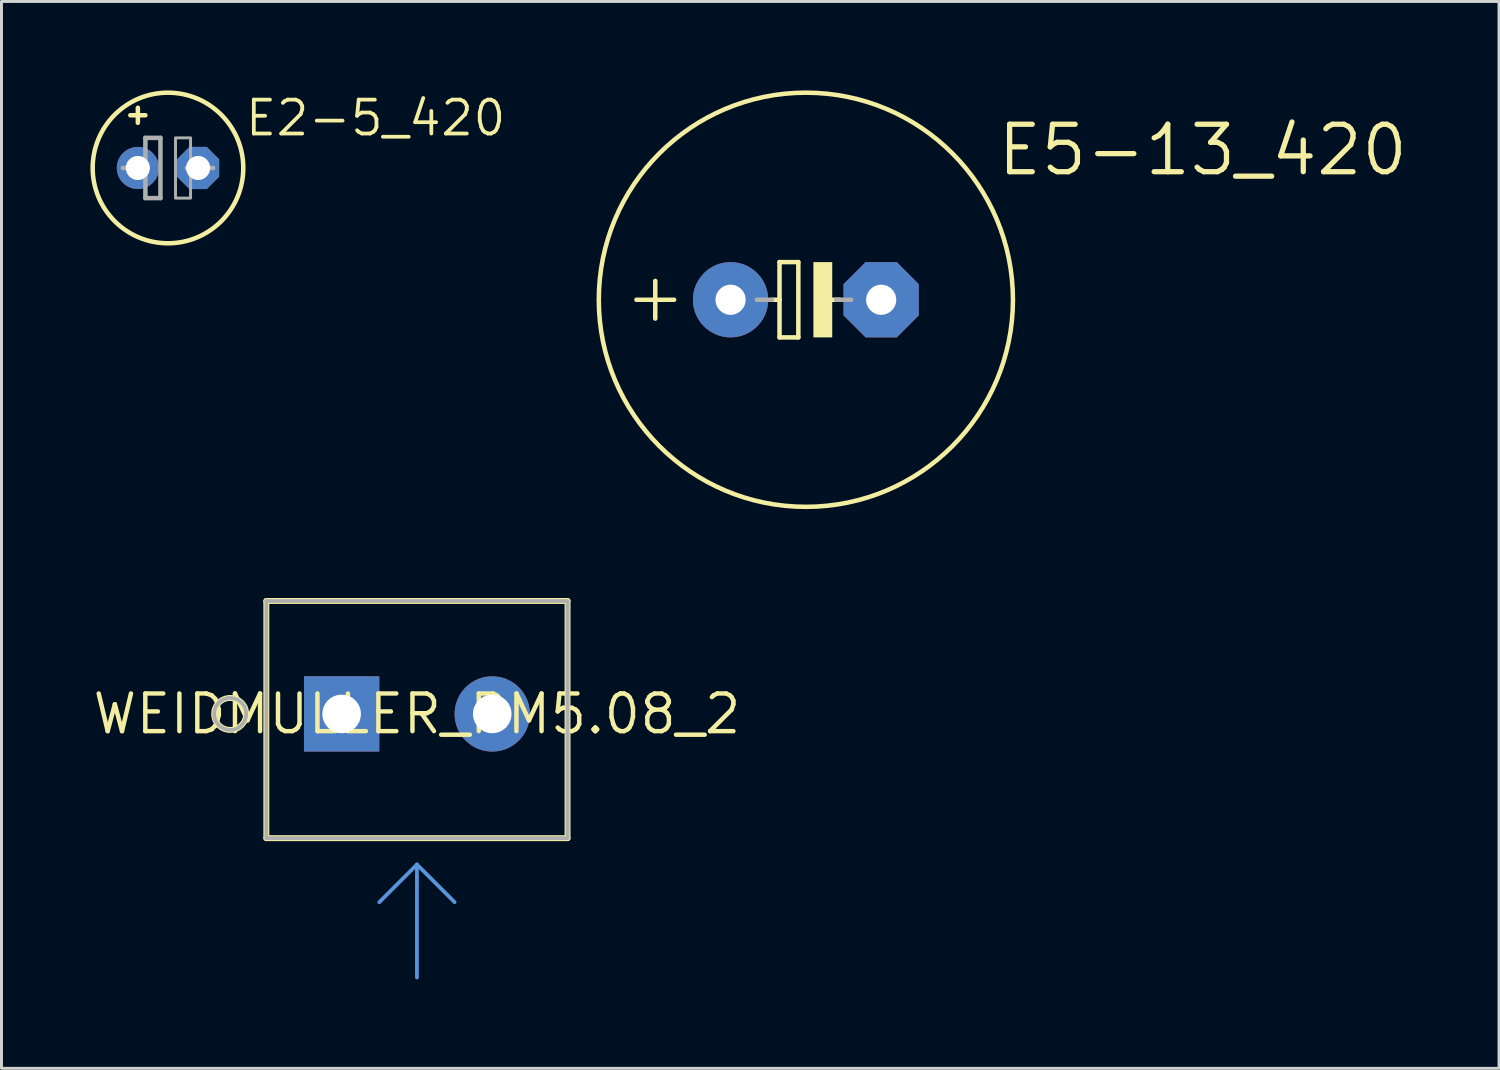
<source format=kicad_pcb>
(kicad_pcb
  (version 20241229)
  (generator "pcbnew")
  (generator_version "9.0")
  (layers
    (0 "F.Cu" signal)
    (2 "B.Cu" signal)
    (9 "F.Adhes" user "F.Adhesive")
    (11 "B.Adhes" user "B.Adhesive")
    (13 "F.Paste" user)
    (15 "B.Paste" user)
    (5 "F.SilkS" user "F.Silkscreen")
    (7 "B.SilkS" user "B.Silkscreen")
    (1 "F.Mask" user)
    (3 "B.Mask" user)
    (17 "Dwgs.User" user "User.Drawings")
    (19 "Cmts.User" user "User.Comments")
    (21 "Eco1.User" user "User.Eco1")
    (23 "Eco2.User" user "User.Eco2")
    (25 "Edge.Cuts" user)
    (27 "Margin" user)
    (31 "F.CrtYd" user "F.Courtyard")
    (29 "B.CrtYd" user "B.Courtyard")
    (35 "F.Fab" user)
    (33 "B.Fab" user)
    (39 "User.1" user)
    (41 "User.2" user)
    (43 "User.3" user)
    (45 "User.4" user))
  (footprint "WEIDMULLER_PM5.08_2"
    (layer "F.Cu")
    (at 11.014 21.032)
    (property "Reference" "WEIDMULLER_PM5.08_2" (at 0 0 0) (layer "F.SilkS") (effects (font (size 1.27 1.27) (thickness 0.15))))
    (fp_line (start -5.08 -3.81) (end 5.08 -3.81) (stroke (width 0.2) (type solid)) (layer "F.SilkS"))
    (fp_line (start -5.08 4.19) (end -5.08 -3.81) (stroke (width 0.2) (type solid)) (layer "F.SilkS"))
    (fp_line (start 5.08 -3.81) (end 5.08 4.19) (stroke (width 0.2) (type solid)) (layer "F.SilkS"))
    (fp_line (start 5.08 4.19) (end -5.08 4.19) (stroke (width 0.2) (type solid)) (layer "F.SilkS"))
    (fp_circle (center -6.3 0) (end -5.761 0) (stroke (width 0.2) (type solid)) (fill no) (layer "F.SilkS"))
    (fp_line (start 0 5.08) (end -1.27 6.35) (stroke (width 0.127) (type solid)) (layer "Cmts.User"))
    (fp_line (start 0 5.08) (end 0 8.89) (stroke (width 0.127) (type solid)) (layer "Cmts.User"))
    (fp_line (start 0 5.08) (end 1.27 6.35) (stroke (width 0.127) (type solid)) (layer "Cmts.User"))
    (fp_line (start -5.08 -3.81) (end 5.08 -3.81) (stroke (width 0.127) (type solid)) (layer "F.Fab"))
    (fp_line (start -5.08 4.19) (end -5.08 -3.81) (stroke (width 0.127) (type solid)) (layer "F.Fab"))
    (fp_line (start 5.08 -3.81) (end 5.08 4.19) (stroke (width 0.127) (type solid)) (layer "F.Fab"))
    (fp_line (start 5.08 4.19) (end -5.08 4.19) (stroke (width 0.127) (type solid)) (layer "F.Fab"))
    (fp_circle (center -6.3 0) (end -5.761 0) (stroke (width 0.127) (type solid)) (fill no) (layer "F.Fab"))
    (pad "1" thru_hole rect (at -2.54 0) (size 2.54 2.54) (drill 1.3) (layers "*.Cu" "*.Mask"))
    (pad "2" thru_hole circle (at 2.54 0) (size 2.54 2.54) (drill 1.3) (layers "*.Cu" "*.Mask")))
  (footprint "E5-13_420"
    (layer "F.Cu")
    (at 24.133 7.061)
    (property "Reference" "E5-13_420" (at 6.375 -4.115 0) (unlocked yes) (layer "F.SilkS") (effects (font (size 1.6 1.6) (thickness 0.178)) (justify left bottom)))
    (fp_line (start -5.715 0) (end -4.445 0) (stroke (width 0.152) (type solid)) (layer "F.SilkS"))
    (fp_line (start -5.08 0.635) (end -5.08 -0.635) (stroke (width 0.152) (type solid)) (layer "F.SilkS"))
    (fp_line (start -1.143 0) (end -0.889 0) (stroke (width 0.152) (type solid)) (layer "F.SilkS"))
    (fp_line (start -0.889 -1.27) (end -0.889 0) (stroke (width 0.152) (type solid)) (layer "F.SilkS"))
    (fp_line (start -0.889 0) (end -0.889 1.27) (stroke (width 0.152) (type solid)) (layer "F.SilkS"))
    (fp_line (start -0.889 1.27) (end -0.254 1.27) (stroke (width 0.152) (type solid)) (layer "F.SilkS"))
    (fp_line (start -0.254 -1.27) (end -0.889 -1.27) (stroke (width 0.152) (type solid)) (layer "F.SilkS"))
    (fp_line (start -0.254 1.27) (end -0.254 -1.27) (stroke (width 0.152) (type solid)) (layer "F.SilkS"))
    (fp_line (start 0.635 0) (end 1.143 0) (stroke (width 0.152) (type solid)) (layer "F.SilkS"))
    (fp_circle (center 0 0) (end 6.985 0) (stroke (width 0.152) (type solid)) (fill no) (layer "F.SilkS"))
    (fp_poly (pts (xy 0.254 1.27) (xy 0.889 1.27) (xy 0.889 -1.27) (xy 0.254 -1.27)) (stroke (width 0) (type default)) (fill yes) (layer "F.SilkS"))
    (fp_line (start -1.651 0) (end -1.143 0) (stroke (width 0.152) (type solid)) (layer "F.Fab"))
    (fp_line (start 1.016 0) (end 1.524 0) (stroke (width 0.152) (type solid)) (layer "F.Fab"))
    (pad "+" thru_hole circle (at -2.54 0) (size 2.54 2.54) (drill 1.016) (layers "*.Cu" "*.Mask"))
    (pad "-" thru_hole roundrect (at 2.54 0) (size 2.54 2.54) (drill 1.016) (layers "*.Cu" "*.Mask") (roundrect_rratio 0.25) (chamfer_ratio 0.293) (chamfer top_left top_right bottom_left bottom_right)))
  (footprint "E2-5_420"
    (layer "F.Cu")
    (at 2.616 2.616)
    (property "Reference" "E2-5_420" (at 2.54 -1.016 0) (unlocked yes) (layer "F.SilkS") (effects (font (size 1.143 1.143) (thickness 0.127)) (justify left bottom)))
    (fp_line (start -1.27 -1.778) (end -0.762 -1.778) (stroke (width 0.152) (type solid)) (layer "F.SilkS"))
    (fp_line (start -1.016 -1.524) (end -1.016 -2.032) (stroke (width 0.152) (type solid)) (layer "F.SilkS"))
    (fp_circle (center 0 0) (end 2.54 0) (stroke (width 0.152) (type solid)) (fill no) (layer "F.SilkS"))
    (fp_line (start -1.524 0) (end -0.762 0) (stroke (width 0.152) (type solid)) (layer "F.Fab"))
    (fp_line (start -0.762 -1.016) (end -0.762 0) (stroke (width 0.152) (type solid)) (layer "F.Fab"))
    (fp_line (start -0.762 0) (end -0.762 1.016) (stroke (width 0.152) (type solid)) (layer "F.Fab"))
    (fp_line (start -0.762 1.016) (end -0.254 1.016) (stroke (width 0.152) (type solid)) (layer "F.Fab"))
    (fp_line (start -0.254 -1.016) (end -0.762 -1.016) (stroke (width 0.152) (type solid)) (layer "F.Fab"))
    (fp_line (start -0.254 1.016) (end -0.254 -1.016) (stroke (width 0.152) (type solid)) (layer "F.Fab"))
    (fp_line (start 0.635 0) (end 1.524 0) (stroke (width 0.152) (type solid)) (layer "F.Fab"))
    (fp_poly (pts (xy 0.254 1.016) (xy 0.762 1.016) (xy 0.762 -1.016) (xy 0.254 -1.016)) (stroke (width 0.1) (type default)) (fill no) (layer "F.Fab"))
    (pad "+" thru_hole circle (at -1.016 0) (size 1.422 1.422) (drill 0.813) (layers "*.Cu" "*.Mask"))
    (pad "-" thru_hole roundrect (at 1.016 0) (size 1.422 1.422) (drill 0.813) (layers "*.Cu" "*.Mask") (roundrect_rratio 0.25) (chamfer_ratio 0.293) (chamfer top_left top_right bottom_left bottom_right)))
  (gr_rect
    (start -3 -3)
    (end 47.514 32.986)
    (stroke (width 0.1) (type default))
    (fill no)
    (layer "Edge.Cuts")))
</source>
